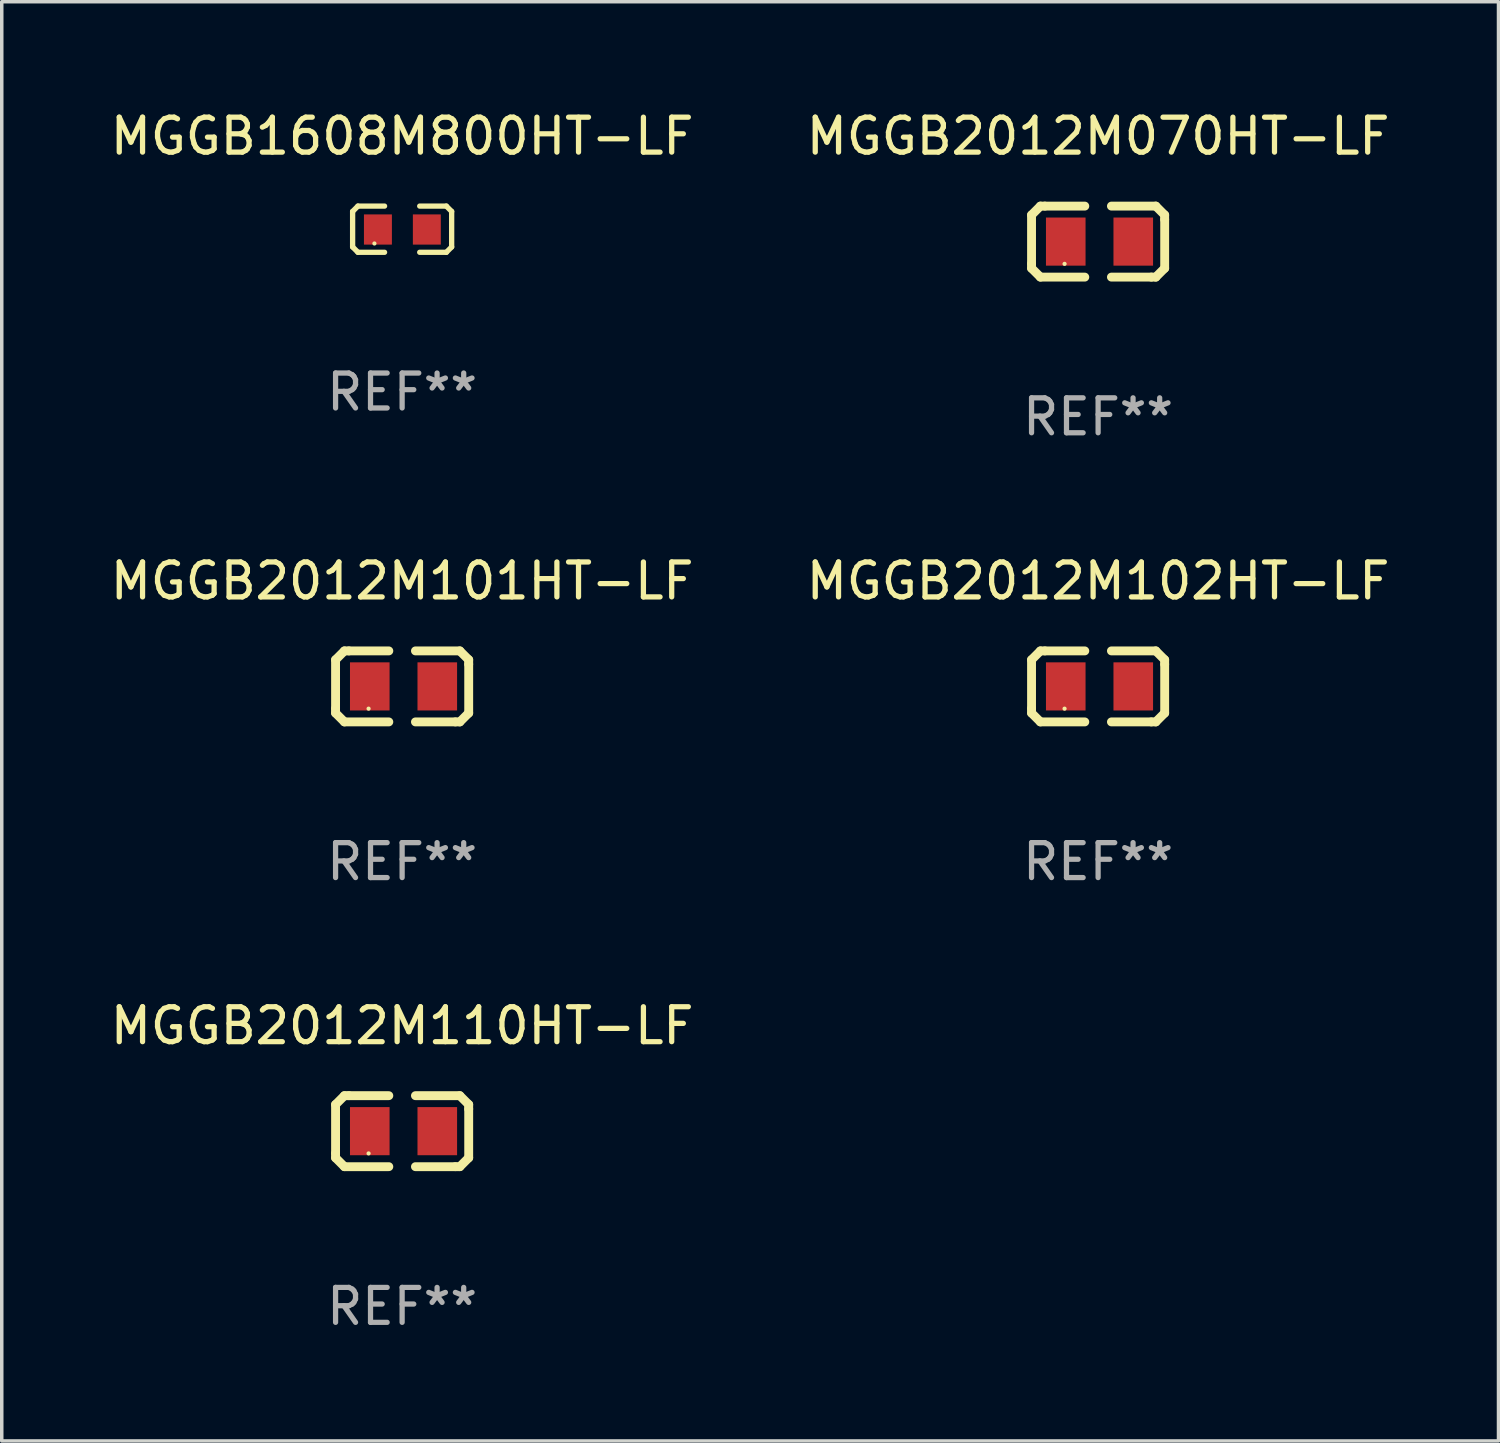
<source format=kicad_pcb>
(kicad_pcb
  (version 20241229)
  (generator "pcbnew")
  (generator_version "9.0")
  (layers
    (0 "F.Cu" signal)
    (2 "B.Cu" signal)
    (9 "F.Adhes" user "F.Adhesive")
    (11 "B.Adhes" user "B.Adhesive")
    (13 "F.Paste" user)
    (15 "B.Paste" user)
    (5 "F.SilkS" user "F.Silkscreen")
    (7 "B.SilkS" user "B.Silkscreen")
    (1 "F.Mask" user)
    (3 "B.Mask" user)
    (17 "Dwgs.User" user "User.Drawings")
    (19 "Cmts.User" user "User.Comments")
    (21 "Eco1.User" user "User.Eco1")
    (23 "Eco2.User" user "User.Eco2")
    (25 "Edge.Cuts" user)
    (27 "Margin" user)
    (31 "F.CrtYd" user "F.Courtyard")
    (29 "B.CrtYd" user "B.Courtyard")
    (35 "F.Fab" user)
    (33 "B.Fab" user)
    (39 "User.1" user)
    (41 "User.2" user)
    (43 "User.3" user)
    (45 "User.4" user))
  (footprint "MGGB2012M070HT-LF"
    (layer "F.Cu")
    (at 28.375 3.864)
    (property "Reference" "MGGB2012M070HT-LF" (at 0 -3.016 0) (layer "F.SilkS") (effects (font (size 1 1) (thickness 0.15))))
    (attr through_hole)
    (fp_line (start -1.905 -0.762) (end -1.905 0.635) (stroke (width 0.254) (type solid)) (layer "F.SilkS"))
    (fp_line (start -1.905 0.635) (end -1.905 0.762) (stroke (width 0.254) (type solid)) (layer "F.SilkS"))
    (fp_line (start -1.905 0.762) (end -1.651 1.016) (stroke (width 0.254) (type solid)) (layer "F.SilkS"))
    (fp_line (start -1.651 -1.016) (end -1.905 -0.762) (stroke (width 0.254) (type solid)) (layer "F.SilkS"))
    (fp_line (start -1.651 1.016) (end -0.381 1.016) (stroke (width 0.254) (type solid)) (layer "F.SilkS"))
    (fp_line (start -1.524 -1.016) (end -1.651 -1.016) (stroke (width 0.254) (type solid)) (layer "F.SilkS"))
    (fp_line (start -0.381 -1.016) (end -1.524 -1.016) (stroke (width 0.254) (type solid)) (layer "F.SilkS"))
    (fp_line (start 0.381 1.016) (end 1.524 1.016) (stroke (width 0.254) (type solid)) (layer "F.SilkS"))
    (fp_line (start 1.524 1.016) (end 1.651 1.016) (stroke (width 0.254) (type solid)) (layer "F.SilkS"))
    (fp_line (start 1.651 -1.016) (end 0.381 -1.016) (stroke (width 0.254) (type solid)) (layer "F.SilkS"))
    (fp_line (start 1.651 1.016) (end 1.905 0.762) (stroke (width 0.254) (type solid)) (layer "F.SilkS"))
    (fp_line (start 1.905 -0.762) (end 1.651 -1.016) (stroke (width 0.254) (type solid)) (layer "F.SilkS"))
    (fp_line (start 1.905 -0.635) (end 1.905 -0.762) (stroke (width 0.254) (type solid)) (layer "F.SilkS"))
    (fp_line (start 1.905 0.762) (end 1.905 -0.635) (stroke (width 0.254) (type solid)) (layer "F.SilkS"))
    (fp_circle (center -0.96 0.637) (end -0.93 0.637) (stroke (width 0.06) (type solid)) (fill no) (layer "F.SilkS"))
    (fp_text user "REF**" (at 0 5.016 0) (layer "F.Fab") (effects (font (size 1 1) (thickness 0.15))))
    (pad "1" smd rect (at -0.926 -0.000051) (size 1.133 1.377) (layers "F.Cu" "F.Mask" "F.Paste"))
    (pad "2" smd rect (at 1.006 -0.000051) (size 1.133 1.377) (layers "F.Cu" "F.Mask" "F.Paste")))
  (footprint "MGGB2012M110HT-LF"
    (layer "F.Cu")
    (at 8.458 29.321)
    (property "Reference" "MGGB2012M110HT-LF" (at 0 -3.016 0) (layer "F.SilkS") (effects (font (size 1 1) (thickness 0.15))))
    (attr through_hole)
    (fp_line (start -1.905 -0.762) (end -1.905 0.635) (stroke (width 0.254) (type solid)) (layer "F.SilkS"))
    (fp_line (start -1.905 0.635) (end -1.905 0.762) (stroke (width 0.254) (type solid)) (layer "F.SilkS"))
    (fp_line (start -1.905 0.762) (end -1.651 1.016) (stroke (width 0.254) (type solid)) (layer "F.SilkS"))
    (fp_line (start -1.651 -1.016) (end -1.905 -0.762) (stroke (width 0.254) (type solid)) (layer "F.SilkS"))
    (fp_line (start -1.651 1.016) (end -0.381 1.016) (stroke (width 0.254) (type solid)) (layer "F.SilkS"))
    (fp_line (start -1.524 -1.016) (end -1.651 -1.016) (stroke (width 0.254) (type solid)) (layer "F.SilkS"))
    (fp_line (start -0.381 -1.016) (end -1.524 -1.016) (stroke (width 0.254) (type solid)) (layer "F.SilkS"))
    (fp_line (start 0.381 1.016) (end 1.524 1.016) (stroke (width 0.254) (type solid)) (layer "F.SilkS"))
    (fp_line (start 1.524 1.016) (end 1.651 1.016) (stroke (width 0.254) (type solid)) (layer "F.SilkS"))
    (fp_line (start 1.651 -1.016) (end 0.381 -1.016) (stroke (width 0.254) (type solid)) (layer "F.SilkS"))
    (fp_line (start 1.651 1.016) (end 1.905 0.762) (stroke (width 0.254) (type solid)) (layer "F.SilkS"))
    (fp_line (start 1.905 -0.762) (end 1.651 -1.016) (stroke (width 0.254) (type solid)) (layer "F.SilkS"))
    (fp_line (start 1.905 -0.635) (end 1.905 -0.762) (stroke (width 0.254) (type solid)) (layer "F.SilkS"))
    (fp_line (start 1.905 0.762) (end 1.905 -0.635) (stroke (width 0.254) (type solid)) (layer "F.SilkS"))
    (fp_circle (center -0.96 0.637) (end -0.93 0.637) (stroke (width 0.06) (type solid)) (fill no) (layer "F.SilkS"))
    (fp_text user "REF**" (at 0 5.016 0) (layer "F.Fab") (effects (font (size 1 1) (thickness 0.15))))
    (pad "1" smd rect (at -0.926 -0.000051) (size 1.133 1.377) (layers "F.Cu" "F.Mask" "F.Paste"))
    (pad "2" smd rect (at 1.006 -0.000051) (size 1.133 1.377) (layers "F.Cu" "F.Mask" "F.Paste")))
  (footprint "MGGB2012M101HT-LF"
    (layer "F.Cu")
    (at 8.458 16.593)
    (property "Reference" "MGGB2012M101HT-LF" (at 0 -3.016 0) (layer "F.SilkS") (effects (font (size 1 1) (thickness 0.15))))
    (attr through_hole)
    (fp_line (start -1.905 -0.762) (end -1.905 0.635) (stroke (width 0.254) (type solid)) (layer "F.SilkS"))
    (fp_line (start -1.905 0.635) (end -1.905 0.762) (stroke (width 0.254) (type solid)) (layer "F.SilkS"))
    (fp_line (start -1.905 0.762) (end -1.651 1.016) (stroke (width 0.254) (type solid)) (layer "F.SilkS"))
    (fp_line (start -1.651 -1.016) (end -1.905 -0.762) (stroke (width 0.254) (type solid)) (layer "F.SilkS"))
    (fp_line (start -1.651 1.016) (end -0.381 1.016) (stroke (width 0.254) (type solid)) (layer "F.SilkS"))
    (fp_line (start -1.524 -1.016) (end -1.651 -1.016) (stroke (width 0.254) (type solid)) (layer "F.SilkS"))
    (fp_line (start -0.381 -1.016) (end -1.524 -1.016) (stroke (width 0.254) (type solid)) (layer "F.SilkS"))
    (fp_line (start 0.381 1.016) (end 1.524 1.016) (stroke (width 0.254) (type solid)) (layer "F.SilkS"))
    (fp_line (start 1.524 1.016) (end 1.651 1.016) (stroke (width 0.254) (type solid)) (layer "F.SilkS"))
    (fp_line (start 1.651 -1.016) (end 0.381 -1.016) (stroke (width 0.254) (type solid)) (layer "F.SilkS"))
    (fp_line (start 1.651 1.016) (end 1.905 0.762) (stroke (width 0.254) (type solid)) (layer "F.SilkS"))
    (fp_line (start 1.905 -0.762) (end 1.651 -1.016) (stroke (width 0.254) (type solid)) (layer "F.SilkS"))
    (fp_line (start 1.905 -0.635) (end 1.905 -0.762) (stroke (width 0.254) (type solid)) (layer "F.SilkS"))
    (fp_line (start 1.905 0.762) (end 1.905 -0.635) (stroke (width 0.254) (type solid)) (layer "F.SilkS"))
    (fp_circle (center -0.96 0.637) (end -0.93 0.637) (stroke (width 0.06) (type solid)) (fill no) (layer "F.SilkS"))
    (fp_text user "REF**" (at 0 5.016 0) (layer "F.Fab") (effects (font (size 1 1) (thickness 0.15))))
    (pad "1" smd rect (at -0.926 -0.000051) (size 1.133 1.377) (layers "F.Cu" "F.Mask" "F.Paste"))
    (pad "2" smd rect (at 1.006 -0.000051) (size 1.133 1.377) (layers "F.Cu" "F.Mask" "F.Paste")))
  (footprint "MGGB1608M800HT-LF"
    (layer "F.Cu")
    (at 8.458 3.509)
    (property "Reference" "MGGB1608M800HT-LF" (at 0 -2.661 0) (layer "F.SilkS") (effects (font (size 1 1) (thickness 0.15))))
    (attr through_hole)
    (fp_line (start -1.417 -0.508) (end -1.265 -0.661) (stroke (width 0.152) (type solid)) (layer "F.SilkS"))
    (fp_line (start -1.417 0.508) (end -1.417 -0.508) (stroke (width 0.152) (type solid)) (layer "F.SilkS"))
    (fp_line (start -1.265 -0.661) (end -0.503 -0.661) (stroke (width 0.152) (type solid)) (layer "F.SilkS"))
    (fp_line (start -1.265 0.661) (end -1.417 0.508) (stroke (width 0.152) (type solid)) (layer "F.SilkS"))
    (fp_line (start -1.265 0.661) (end -0.503 0.661) (stroke (width 0.152) (type solid)) (layer "F.SilkS"))
    (fp_line (start 1.265 -0.661) (end 0.503 -0.661) (stroke (width 0.152) (type solid)) (layer "F.SilkS"))
    (fp_line (start 1.265 -0.661) (end 1.417 -0.508) (stroke (width 0.152) (type solid)) (layer "F.SilkS"))
    (fp_line (start 1.265 0.661) (end 0.503 0.661) (stroke (width 0.152) (type solid)) (layer "F.SilkS"))
    (fp_line (start 1.417 -0.508) (end 1.417 0.508) (stroke (width 0.152) (type solid)) (layer "F.SilkS"))
    (fp_line (start 1.417 0.508) (end 1.265 0.661) (stroke (width 0.152) (type solid)) (layer "F.SilkS"))
    (fp_circle (center -0.793 0.409) (end -0.763 0.409) (stroke (width 0.06) (type solid)) (fill no) (layer "F.SilkS"))
    (fp_text user "REF**" (at 0 4.661 0) (layer "F.Fab") (effects (font (size 1 1) (thickness 0.15))))
    (pad "1" smd rect (at -0.693 0.009 180) (size 0.8 0.864) (layers "F.Cu" "F.Mask" "F.Paste"))
    (pad "2" smd rect (at 0.707 0.009 180) (size 0.8 0.864) (layers "F.Cu" "F.Mask" "F.Paste")))
  (footprint "MGGB2012M102HT-LF"
    (layer "F.Cu")
    (at 28.375 16.593)
    (property "Reference" "MGGB2012M102HT-LF" (at 0 -3.016 0) (layer "F.SilkS") (effects (font (size 1 1) (thickness 0.15))))
    (attr through_hole)
    (fp_line (start -1.905 -0.762) (end -1.905 0.635) (stroke (width 0.254) (type solid)) (layer "F.SilkS"))
    (fp_line (start -1.905 0.635) (end -1.905 0.762) (stroke (width 0.254) (type solid)) (layer "F.SilkS"))
    (fp_line (start -1.905 0.762) (end -1.651 1.016) (stroke (width 0.254) (type solid)) (layer "F.SilkS"))
    (fp_line (start -1.651 -1.016) (end -1.905 -0.762) (stroke (width 0.254) (type solid)) (layer "F.SilkS"))
    (fp_line (start -1.651 1.016) (end -0.381 1.016) (stroke (width 0.254) (type solid)) (layer "F.SilkS"))
    (fp_line (start -1.524 -1.016) (end -1.651 -1.016) (stroke (width 0.254) (type solid)) (layer "F.SilkS"))
    (fp_line (start -0.381 -1.016) (end -1.524 -1.016) (stroke (width 0.254) (type solid)) (layer "F.SilkS"))
    (fp_line (start 0.381 1.016) (end 1.524 1.016) (stroke (width 0.254) (type solid)) (layer "F.SilkS"))
    (fp_line (start 1.524 1.016) (end 1.651 1.016) (stroke (width 0.254) (type solid)) (layer "F.SilkS"))
    (fp_line (start 1.651 -1.016) (end 0.381 -1.016) (stroke (width 0.254) (type solid)) (layer "F.SilkS"))
    (fp_line (start 1.651 1.016) (end 1.905 0.762) (stroke (width 0.254) (type solid)) (layer "F.SilkS"))
    (fp_line (start 1.905 -0.762) (end 1.651 -1.016) (stroke (width 0.254) (type solid)) (layer "F.SilkS"))
    (fp_line (start 1.905 -0.635) (end 1.905 -0.762) (stroke (width 0.254) (type solid)) (layer "F.SilkS"))
    (fp_line (start 1.905 0.762) (end 1.905 -0.635) (stroke (width 0.254) (type solid)) (layer "F.SilkS"))
    (fp_circle (center -0.96 0.637) (end -0.93 0.637) (stroke (width 0.06) (type solid)) (fill no) (layer "F.SilkS"))
    (fp_text user "REF**" (at 0 5.016 0) (layer "F.Fab") (effects (font (size 1 1) (thickness 0.15))))
    (pad "1" smd rect (at -0.926 -0.000051) (size 1.133 1.377) (layers "F.Cu" "F.Mask" "F.Paste"))
    (pad "2" smd rect (at 1.006 -0.000051) (size 1.133 1.377) (layers "F.Cu" "F.Mask" "F.Paste")))
  (gr_rect
    (start -3 -3)
    (end 39.833 38.186)
    (stroke (width 0.1) (type default))
    (fill no)
    (layer "Edge.Cuts")))
</source>
